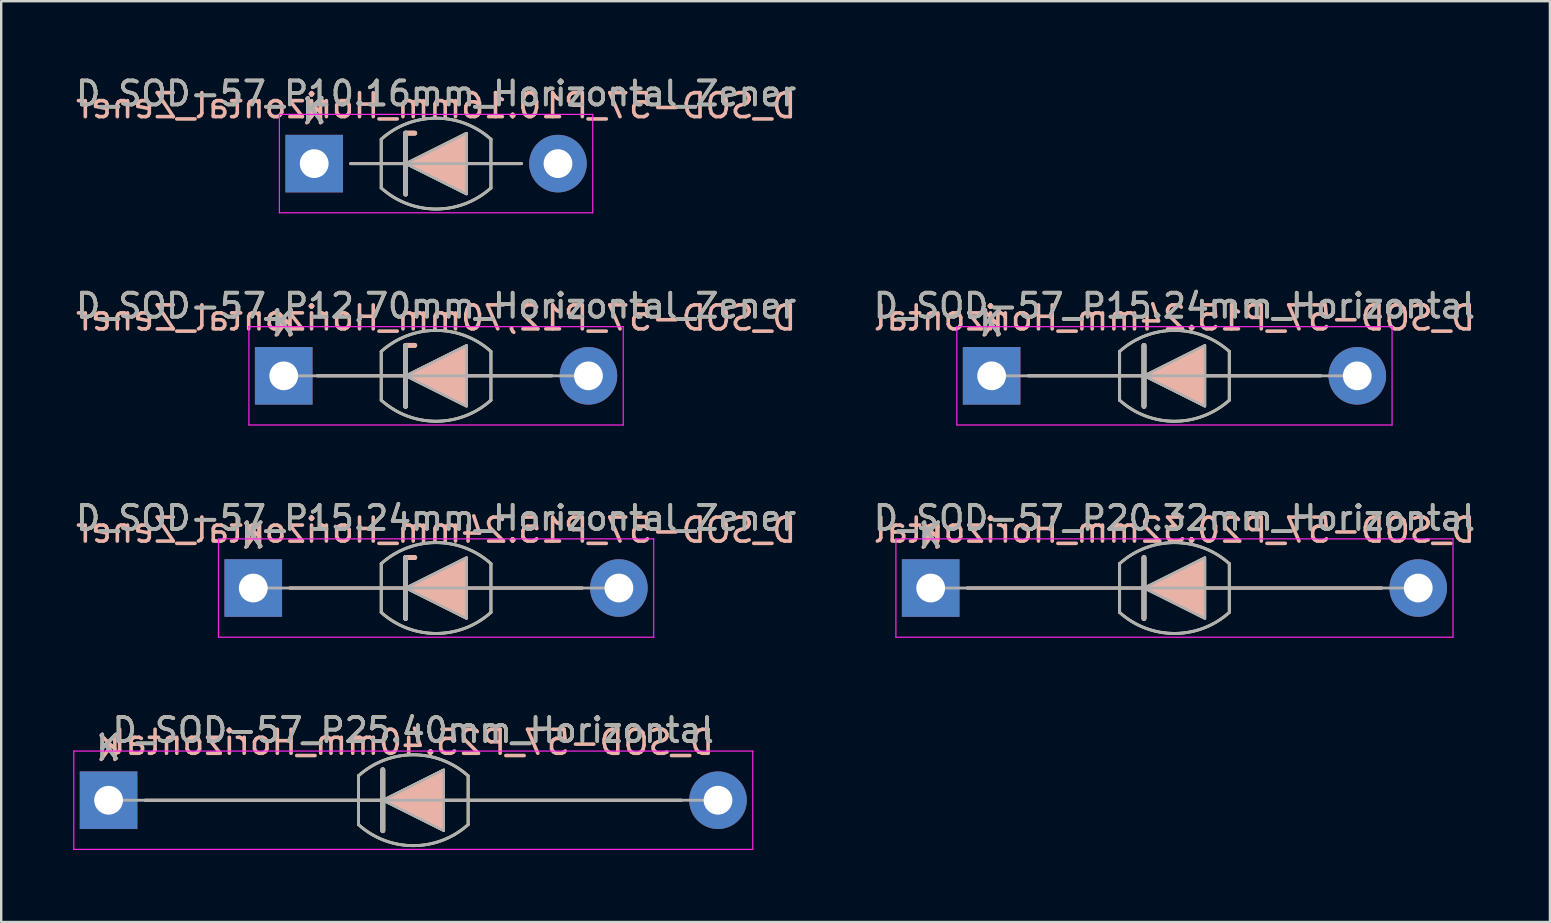
<source format=kicad_pcb>
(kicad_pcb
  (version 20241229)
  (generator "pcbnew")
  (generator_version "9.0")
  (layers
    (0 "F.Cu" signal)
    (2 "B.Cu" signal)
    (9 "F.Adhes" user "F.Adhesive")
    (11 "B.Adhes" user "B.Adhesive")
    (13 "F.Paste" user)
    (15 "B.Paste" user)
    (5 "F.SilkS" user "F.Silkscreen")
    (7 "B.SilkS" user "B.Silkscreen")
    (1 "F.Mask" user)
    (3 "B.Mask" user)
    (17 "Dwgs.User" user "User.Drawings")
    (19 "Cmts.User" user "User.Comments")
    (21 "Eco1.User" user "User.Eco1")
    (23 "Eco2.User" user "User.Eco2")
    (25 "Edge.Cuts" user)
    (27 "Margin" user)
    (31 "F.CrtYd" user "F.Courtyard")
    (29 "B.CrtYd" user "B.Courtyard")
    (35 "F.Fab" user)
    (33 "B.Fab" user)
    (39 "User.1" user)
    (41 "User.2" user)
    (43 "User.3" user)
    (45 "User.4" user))
  (footprint "D_SOD-57_P25.40mm_Horizontal"
    (layer "F.Cu")
    (at 1.475 30.302)
    (property "Reference" "D_SOD-57_P25.40mm_Horizontal" (at 12.7 -2.92 0) (layer "F.SilkS") (effects (font (size 1 1) (thickness 0.15))))
    (fp_line (start 1.524 0) (end 23.876 0) (stroke (width 0.12) (type solid)) (layer "F.SilkS"))
    (fp_line (start 10.414 -1.016) (end 10.414 1.016) (stroke (width 0.12) (type solid)) (layer "F.SilkS"))
    (fp_line (start 11.43 1.27) (end 11.43 -1.27) (stroke (width 0.2) (type solid)) (layer "F.SilkS"))
    (fp_line (start 14.986 -1.016) (end 14.986 1.016) (stroke (width 0.12) (type solid)) (layer "F.SilkS"))
    (fp_arc (start 10.414 -1.016) (mid 12.699999 -1.89322) (end 14.985998 -1.016) (stroke (width 0.12) (type solid)) (layer "F.SilkS"))
    (fp_arc (start 14.986 1.016) (mid 12.700001 1.89322) (end 10.414002 1.016) (stroke (width 0.12) (type solid)) (layer "F.SilkS"))
    (fp_poly (pts (xy 13.97 1.27) (xy 11.43 0) (xy 13.97 -1.27)) (stroke (width 0.1) (type solid)) (fill yes) (layer "F.SilkS"))
    (fp_line (start 1.524 0) (end 23.876 0) (stroke (width 0.12) (type solid)) (layer "B.SilkS"))
    (fp_line (start 11.43 -1.27) (end 11.43 1.27) (stroke (width 0.2) (type solid)) (layer "B.SilkS"))
    (fp_poly (pts (xy 13.97 -1.27) (xy 11.43 0) (xy 13.97 1.27)) (stroke (width 0.1) (type solid)) (fill yes) (layer "B.SilkS"))
    (fp_line (start -1.45 -2.05) (end -1.45 2.05) (stroke (width 0.05) (type solid)) (layer "F.CrtYd"))
    (fp_line (start -1.45 2.05) (end 26.85 2.05) (stroke (width 0.05) (type solid)) (layer "F.CrtYd"))
    (fp_line (start 26.85 -2.05) (end -1.45 -2.05) (stroke (width 0.05) (type solid)) (layer "F.CrtYd"))
    (fp_line (start 26.85 2.05) (end 26.85 -2.05) (stroke (width 0.05) (type solid)) (layer "F.CrtYd"))
    (fp_line (start 0 0) (end 25.4 0) (stroke (width 0.12) (type solid)) (layer "F.Fab"))
    (fp_line (start 10.414 -1.016) (end 10.414 1.016) (stroke (width 0.12) (type solid)) (layer "F.Fab"))
    (fp_line (start 11.43 1.27) (end 11.43 -1.27) (stroke (width 0.2) (type solid)) (layer "F.Fab"))
    (fp_line (start 14.986 -1.016) (end 14.986 1.016) (stroke (width 0.12) (type solid)) (layer "F.Fab"))
    (fp_arc (start 10.414 -1.016) (mid 12.70037 -1.894241) (end 14.987132 -1.017021) (stroke (width 0.12) (type solid)) (layer "F.Fab"))
    (fp_arc (start 14.987134 1.014979) (mid 12.700764 1.89322) (end 10.414002 1.016) (stroke (width 0.12) (type solid)) (layer "F.Fab"))
    (fp_poly (pts (xy 13.97 1.27) (xy 11.43 0) (xy 13.97 -1.27)) (stroke (width 0.1) (type solid)) (fill no) (layer "F.Fab"))
    (fp_text user "K" (at 0 -2.2 0) (layer "F.SilkS") (effects (font (size 1 1) (thickness 0.15))))
    (fp_text user "K" (at 0 -2.159 0) (layer "B.SilkS") (effects (font (size 1 1) (thickness 0.15)) (justify mirror)))
    (fp_text user "${REFERENCE}" (at 12.7 -2.413 0) (layer "B.SilkS") (effects (font (size 1 1) (thickness 0.15)) (justify mirror)))
    (fp_text user "${REFERENCE}" (at 12.7 -2.921 0) (layer "F.Fab") (effects (font (size 1 1) (thickness 0.15))))
    (fp_text user "K" (at 0 -2.2 0) (layer "F.Fab") (effects (font (size 1 1) (thickness 0.15))))
    (pad "1" thru_hole rect (at 0 0) (size 2.4 2.4) (drill 1.2) (layers "*.Cu" "*.Mask"))
    (pad "2" thru_hole oval (at 25.4 0) (size 2.4 2.4) (drill 1.2) (layers "*.Cu" "*.Mask")))
  (footprint "D_SOD-57_P15.24mm_Horizontal"
    (layer "F.Cu")
    (at 38.279 12.614)
    (property "Reference" "D_SOD-57_P15.24mm_Horizontal" (at 7.62 -2.92 0) (layer "F.SilkS") (effects (font (size 1 1) (thickness 0.15))))
    (fp_line (start 1.524 0) (end 13.716 0) (stroke (width 0.12) (type solid)) (layer "F.SilkS"))
    (fp_line (start 5.334 -1.016) (end 5.334 1.016) (stroke (width 0.12) (type solid)) (layer "F.SilkS"))
    (fp_line (start 6.35 1.27) (end 6.35 -1.27) (stroke (width 0.2) (type solid)) (layer "F.SilkS"))
    (fp_line (start 9.906 -1.016) (end 9.906 1.016) (stroke (width 0.12) (type solid)) (layer "F.SilkS"))
    (fp_arc (start 5.334 -1.016) (mid 7.619999 -1.89322) (end 9.905998 -1.016) (stroke (width 0.12) (type solid)) (layer "F.SilkS"))
    (fp_arc (start 9.906 1.016) (mid 7.620001 1.89322) (end 5.334002 1.016) (stroke (width 0.12) (type solid)) (layer "F.SilkS"))
    (fp_poly (pts (xy 8.89 1.27) (xy 6.35 0) (xy 8.89 -1.27)) (stroke (width 0.1) (type solid)) (fill yes) (layer "F.SilkS"))
    (fp_line (start 1.524 0) (end 13.716 0) (stroke (width 0.12) (type solid)) (layer "B.SilkS"))
    (fp_line (start 6.35 -1.27) (end 6.35 1.27) (stroke (width 0.2) (type solid)) (layer "B.SilkS"))
    (fp_poly (pts (xy 8.89 -1.27) (xy 6.35 0) (xy 8.89 1.27)) (stroke (width 0.1) (type solid)) (fill yes) (layer "B.SilkS"))
    (fp_line (start -1.45 -2.05) (end -1.45 2.05) (stroke (width 0.05) (type solid)) (layer "F.CrtYd"))
    (fp_line (start -1.45 2.05) (end 16.69 2.05) (stroke (width 0.05) (type solid)) (layer "F.CrtYd"))
    (fp_line (start 16.69 -2.05) (end -1.45 -2.05) (stroke (width 0.05) (type solid)) (layer "F.CrtYd"))
    (fp_line (start 16.69 2.05) (end 16.69 -2.05) (stroke (width 0.05) (type solid)) (layer "F.CrtYd"))
    (fp_line (start 0 0) (end 15.24 0) (stroke (width 0.12) (type solid)) (layer "F.Fab"))
    (fp_line (start 5.334 -1.016) (end 5.334 1.016) (stroke (width 0.12) (type solid)) (layer "F.Fab"))
    (fp_line (start 6.35 1.27) (end 6.35 -1.27) (stroke (width 0.2) (type solid)) (layer "F.Fab"))
    (fp_line (start 9.906 -1.016) (end 9.906 1.016) (stroke (width 0.12) (type solid)) (layer "F.Fab"))
    (fp_arc (start 5.334 -1.016) (mid 7.62037 -1.894241) (end 9.907132 -1.017021) (stroke (width 0.12) (type solid)) (layer "F.Fab"))
    (fp_arc (start 9.907134 1.014979) (mid 7.620764 1.89322) (end 5.334002 1.016) (stroke (width 0.12) (type solid)) (layer "F.Fab"))
    (fp_poly (pts (xy 8.89 1.27) (xy 6.35 0) (xy 8.89 -1.27)) (stroke (width 0.1) (type solid)) (fill no) (layer "F.Fab"))
    (fp_text user "K" (at 0 -2.2 0) (layer "F.SilkS") (effects (font (size 1 1) (thickness 0.15))))
    (fp_text user "${REFERENCE}" (at 7.62 -2.413 0) (layer "B.SilkS") (effects (font (size 1 1) (thickness 0.15)) (justify mirror)))
    (fp_text user "K" (at 0 -2.159 0) (layer "B.SilkS") (effects (font (size 1 1) (thickness 0.15)) (justify mirror)))
    (fp_text user "K" (at 0 -2.2 0) (layer "F.Fab") (effects (font (size 1 1) (thickness 0.15))))
    (fp_text user "${REFERENCE}" (at 7.62 -2.921 0) (layer "F.Fab") (effects (font (size 1 1) (thickness 0.15))))
    (pad "1" thru_hole rect (at 0 0) (size 2.4 2.4) (drill 1.2) (layers "*.Cu" "*.Mask"))
    (pad "2" thru_hole oval (at 15.24 0) (size 2.4 2.4) (drill 1.2) (layers "*.Cu" "*.Mask")))
  (footprint "D_SOD-57_P12,70mm_Horizontal_Zener"
    (layer "F.Cu")
    (at 8.775 12.614)
    (property "Reference" "D_SOD-57_P12,70mm_Horizontal_Zener" (at 6.35 -2.92 0) (layer "F.SilkS") (effects (font (size 1 1) (thickness 0.15))))
    (fp_line (start 1.397 0) (end 11.176 0) (stroke (width 0.12) (type solid)) (layer "F.SilkS"))
    (fp_line (start 4.064 -1.016) (end 4.064 1.016) (stroke (width 0.12) (type solid)) (layer "F.SilkS"))
    (fp_line (start 5.08 -1.27) (end 5.461 -1.27) (stroke (width 0.2) (type solid)) (layer "F.SilkS"))
    (fp_line (start 5.08 1.27) (end 5.08 -1.27) (stroke (width 0.2) (type solid)) (layer "F.SilkS"))
    (fp_line (start 8.636 -1.016) (end 8.636 1.016) (stroke (width 0.12) (type solid)) (layer "F.SilkS"))
    (fp_arc (start 4.064 -1.016) (mid 6.349999 -1.89322) (end 8.635998 -1.016) (stroke (width 0.12) (type solid)) (layer "F.SilkS"))
    (fp_arc (start 8.636 1.016) (mid 6.350001 1.89322) (end 4.064002 1.016) (stroke (width 0.12) (type solid)) (layer "F.SilkS"))
    (fp_poly (pts (xy 7.62 1.27) (xy 5.08 0) (xy 7.62 -1.27)) (stroke (width 0.1) (type solid)) (fill yes) (layer "F.SilkS"))
    (fp_line (start 1.397 0) (end 11.176 0) (stroke (width 0.12) (type solid)) (layer "B.SilkS"))
    (fp_line (start 5.08 -1.27) (end 5.08 1.27) (stroke (width 0.2) (type solid)) (layer "B.SilkS"))
    (fp_line (start 5.08 -1.27) (end 5.461 -1.27) (stroke (width 0.2) (type solid)) (layer "B.SilkS"))
    (fp_poly (pts (xy 7.62 -1.27) (xy 5.08 0) (xy 7.62 1.27)) (stroke (width 0.1) (type solid)) (fill yes) (layer "B.SilkS"))
    (fp_line (start -1.45 -2.05) (end -1.45 2.05) (stroke (width 0.05) (type solid)) (layer "F.CrtYd"))
    (fp_line (start -1.45 2.05) (end 14.15 2.05) (stroke (width 0.05) (type solid)) (layer "F.CrtYd"))
    (fp_line (start 14.15 -2.05) (end -1.45 -2.05) (stroke (width 0.05) (type solid)) (layer "F.CrtYd"))
    (fp_line (start 14.15 2.05) (end 14.15 -2.05) (stroke (width 0.05) (type solid)) (layer "F.CrtYd"))
    (fp_line (start 0 0) (end 12.7 0) (stroke (width 0.12) (type solid)) (layer "F.Fab"))
    (fp_line (start 4.064 -1.016) (end 4.064 1.016) (stroke (width 0.12) (type solid)) (layer "F.Fab"))
    (fp_line (start 5.08 1.27) (end 5.08 -1.27) (stroke (width 0.2) (type solid)) (layer "F.Fab"))
    (fp_line (start 8.636 -1.016) (end 8.636 1.016) (stroke (width 0.12) (type solid)) (layer "F.Fab"))
    (fp_arc (start 4.064 -1.016) (mid 6.35037 -1.894241) (end 8.637132 -1.017021) (stroke (width 0.12) (type solid)) (layer "F.Fab"))
    (fp_arc (start 8.637134 1.014979) (mid 6.350764 1.89322) (end 4.064002 1.016) (stroke (width 0.12) (type solid)) (layer "F.Fab"))
    (fp_poly (pts (xy 7.62 1.27) (xy 5.08 0) (xy 7.62 -1.27)) (stroke (width 0.1) (type solid)) (fill no) (layer "F.Fab"))
    (fp_text user "K" (at 0 -2.2 0) (layer "F.SilkS") (effects (font (size 1 1) (thickness 0.15))))
    (fp_text user "K" (at 0 -2.159 0) (layer "B.SilkS") (effects (font (size 1 1) (thickness 0.15)) (justify mirror)))
    (fp_text user "${REFERENCE}" (at 6.35 -2.413 0) (layer "B.SilkS") (effects (font (size 1 1) (thickness 0.15)) (justify mirror)))
    (fp_text user "${REFERENCE}" (at 6.35 -2.921 0) (layer "F.Fab") (effects (font (size 1 1) (thickness 0.15))))
    (fp_text user "K" (at 0 -2.2 0) (layer "F.Fab") (effects (font (size 1 1) (thickness 0.15))))
    (pad "1" thru_hole rect (at 0 0) (size 2.4 2.4) (drill 1.2) (layers "*.Cu" "*.Mask"))
    (pad "2" thru_hole oval (at 12.7 0) (size 2.4 2.4) (drill 1.2) (layers "*.Cu" "*.Mask")))
  (footprint "D_SOD-57_P10.16mm_Horizontal_Zener"
    (layer "F.Cu")
    (at 10.045 3.769)
    (property "Reference" "D_SOD-57_P10.16mm_Horizontal_Zener" (at 5.08 -2.92 0) (layer "F.SilkS") (effects (font (size 1 1) (thickness 0.15))))
    (fp_line (start 1.524 0) (end 8.636 0) (stroke (width 0.12) (type solid)) (layer "F.SilkS"))
    (fp_line (start 2.794 -1.016) (end 2.794 1.016) (stroke (width 0.12) (type solid)) (layer "F.SilkS"))
    (fp_line (start 3.81 -1.27) (end 4.191 -1.27) (stroke (width 0.2) (type solid)) (layer "F.SilkS"))
    (fp_line (start 3.81 1.27) (end 3.81 -1.27) (stroke (width 0.2) (type solid)) (layer "F.SilkS"))
    (fp_line (start 7.366 -1.016) (end 7.366 1.016) (stroke (width 0.12) (type solid)) (layer "F.SilkS"))
    (fp_arc (start 2.794 -1.016) (mid 5.079999 -1.89322) (end 7.365998 -1.016) (stroke (width 0.12) (type solid)) (layer "F.SilkS"))
    (fp_arc (start 7.366 1.016) (mid 5.080001 1.89322) (end 2.794002 1.016) (stroke (width 0.12) (type solid)) (layer "F.SilkS"))
    (fp_poly (pts (xy 6.35 1.27) (xy 3.81 0) (xy 6.35 -1.27)) (stroke (width 0.1) (type solid)) (fill yes) (layer "F.SilkS"))
    (fp_line (start 1.524 0) (end 8.636 0) (stroke (width 0.12) (type solid)) (layer "B.SilkS"))
    (fp_line (start 3.81 -1.27) (end 3.81 1.27) (stroke (width 0.2) (type solid)) (layer "B.SilkS"))
    (fp_line (start 3.81 -1.27) (end 4.191 -1.27) (stroke (width 0.2) (type solid)) (layer "B.SilkS"))
    (fp_poly (pts (xy 6.35 -1.27) (xy 3.81 0) (xy 6.35 1.27)) (stroke (width 0.1) (type solid)) (fill yes) (layer "B.SilkS"))
    (fp_line (start -1.45 -2.05) (end -1.45 2.05) (stroke (width 0.05) (type solid)) (layer "F.CrtYd"))
    (fp_line (start -1.45 2.05) (end 11.61 2.05) (stroke (width 0.05) (type solid)) (layer "F.CrtYd"))
    (fp_line (start 11.61 -2.05) (end -1.45 -2.05) (stroke (width 0.05) (type solid)) (layer "F.CrtYd"))
    (fp_line (start 11.61 2.05) (end 11.61 -2.05) (stroke (width 0.05) (type solid)) (layer "F.CrtYd"))
    (fp_line (start 1.524 0) (end 8.636 0) (stroke (width 0.12) (type solid)) (layer "F.Fab"))
    (fp_line (start 2.794 -1.016) (end 2.794 1.016) (stroke (width 0.12) (type solid)) (layer "F.Fab"))
    (fp_line (start 3.81 1.27) (end 3.81 -1.27) (stroke (width 0.2) (type solid)) (layer "F.Fab"))
    (fp_line (start 7.366 -1.016) (end 7.366 1.016) (stroke (width 0.12) (type solid)) (layer "F.Fab"))
    (fp_arc (start 2.794 -1.016) (mid 5.08037 -1.894241) (end 7.367132 -1.017021) (stroke (width 0.12) (type solid)) (layer "F.Fab"))
    (fp_arc (start 7.367134 1.014979) (mid 5.080764 1.89322) (end 2.794002 1.016) (stroke (width 0.12) (type solid)) (layer "F.Fab"))
    (fp_poly (pts (xy 6.35 1.27) (xy 3.81 0) (xy 6.35 -1.27)) (stroke (width 0.1) (type solid)) (fill no) (layer "F.Fab"))
    (fp_text user "K" (at 0 -2.2 0) (layer "F.SilkS") (effects (font (size 1 1) (thickness 0.15))))
    (fp_text user "${REFERENCE}" (at 5.08 -2.413 0) (layer "B.SilkS") (effects (font (size 1 1) (thickness 0.15)) (justify mirror)))
    (fp_text user "K" (at 0 -2.159 0) (layer "B.SilkS") (effects (font (size 1 1) (thickness 0.15)) (justify mirror)))
    (fp_text user "K" (at 0 -2.2 0) (layer "F.Fab") (effects (font (size 1 1) (thickness 0.15))))
    (fp_text user "${REFERENCE}" (at 5.08 -2.921 0) (layer "F.Fab") (effects (font (size 1 1) (thickness 0.15))))
    (pad "1" thru_hole rect (at 0 0) (size 2.4 2.4) (drill 1.2) (layers "*.Cu" "*.Mask"))
    (pad "2" thru_hole oval (at 10.16 0) (size 2.4 2.4) (drill 1.2) (layers "*.Cu" "*.Mask")))
  (footprint "D_SOD-57_P15.24mm_Horizontal_Zener"
    (layer "F.Cu")
    (at 7.505 21.458)
    (property "Reference" "D_SOD-57_P15.24mm_Horizontal_Zener" (at 7.62 -2.92 0) (layer "F.SilkS") (effects (font (size 1 1) (thickness 0.15))))
    (fp_line (start 1.524 0) (end 13.716 0) (stroke (width 0.12) (type solid)) (layer "F.SilkS"))
    (fp_line (start 5.334 -1.016) (end 5.334 1.016) (stroke (width 0.12) (type solid)) (layer "F.SilkS"))
    (fp_line (start 6.35 -1.27) (end 6.731 -1.27) (stroke (width 0.2) (type solid)) (layer "F.SilkS"))
    (fp_line (start 6.35 1.27) (end 6.35 -1.27) (stroke (width 0.2) (type solid)) (layer "F.SilkS"))
    (fp_line (start 9.906 -1.016) (end 9.906 1.016) (stroke (width 0.12) (type solid)) (layer "F.SilkS"))
    (fp_arc (start 5.334 -1.016) (mid 7.619999 -1.89322) (end 9.905998 -1.016) (stroke (width 0.12) (type solid)) (layer "F.SilkS"))
    (fp_arc (start 9.906 1.016) (mid 7.620001 1.89322) (end 5.334002 1.016) (stroke (width 0.12) (type solid)) (layer "F.SilkS"))
    (fp_poly (pts (xy 8.89 1.27) (xy 6.35 0) (xy 8.89 -1.27)) (stroke (width 0.1) (type solid)) (fill yes) (layer "F.SilkS"))
    (fp_line (start 1.524 0) (end 13.716 0) (stroke (width 0.12) (type solid)) (layer "B.SilkS"))
    (fp_line (start 6.35 -1.27) (end 6.35 1.27) (stroke (width 0.2) (type solid)) (layer "B.SilkS"))
    (fp_line (start 6.35 -1.27) (end 6.731 -1.27) (stroke (width 0.2) (type solid)) (layer "B.SilkS"))
    (fp_poly (pts (xy 8.89 -1.27) (xy 6.35 0) (xy 8.89 1.27)) (stroke (width 0.1) (type solid)) (fill yes) (layer "B.SilkS"))
    (fp_line (start -1.45 -2.05) (end -1.45 2.05) (stroke (width 0.05) (type solid)) (layer "F.CrtYd"))
    (fp_line (start -1.45 2.05) (end 16.69 2.05) (stroke (width 0.05) (type solid)) (layer "F.CrtYd"))
    (fp_line (start 16.69 -2.05) (end -1.45 -2.05) (stroke (width 0.05) (type solid)) (layer "F.CrtYd"))
    (fp_line (start 16.69 2.05) (end 16.69 -2.05) (stroke (width 0.05) (type solid)) (layer "F.CrtYd"))
    (fp_line (start 0 0) (end 15.24 0) (stroke (width 0.12) (type solid)) (layer "F.Fab"))
    (fp_line (start 5.334 -1.016) (end 5.334 1.016) (stroke (width 0.12) (type solid)) (layer "F.Fab"))
    (fp_line (start 6.35 1.27) (end 6.35 -1.27) (stroke (width 0.2) (type solid)) (layer "F.Fab"))
    (fp_line (start 9.906 -1.016) (end 9.906 1.016) (stroke (width 0.12) (type solid)) (layer "F.Fab"))
    (fp_arc (start 5.334 -1.016) (mid 7.62037 -1.894241) (end 9.907132 -1.017021) (stroke (width 0.12) (type solid)) (layer "F.Fab"))
    (fp_arc (start 9.907134 1.014979) (mid 7.620764 1.89322) (end 5.334002 1.016) (stroke (width 0.12) (type solid)) (layer "F.Fab"))
    (fp_poly (pts (xy 8.89 1.27) (xy 6.35 0) (xy 8.89 -1.27)) (stroke (width 0.1) (type solid)) (fill no) (layer "F.Fab"))
    (fp_text user "K" (at 0 -2.2 0) (layer "F.SilkS") (effects (font (size 1 1) (thickness 0.15))))
    (fp_text user "${REFERENCE}" (at 7.62 -2.413 0) (layer "B.SilkS") (effects (font (size 1 1) (thickness 0.15)) (justify mirror)))
    (fp_text user "K" (at 0 -2.159 0) (layer "B.SilkS") (effects (font (size 1 1) (thickness 0.15)) (justify mirror)))
    (fp_text user "${REFERENCE}" (at 7.62 -2.921 0) (layer "F.Fab") (effects (font (size 1 1) (thickness 0.15))))
    (fp_text user "K" (at 0 -2.2 0) (layer "F.Fab") (effects (font (size 1 1) (thickness 0.15))))
    (pad "1" thru_hole rect (at 0 0) (size 2.4 2.4) (drill 1.2) (layers "*.Cu" "*.Mask"))
    (pad "2" thru_hole oval (at 15.24 0) (size 2.4 2.4) (drill 1.2) (layers "*.Cu" "*.Mask")))
  (footprint "D_SOD-57_P20.32mm_Horizontal"
    (layer "F.Cu")
    (at 35.739 21.458)
    (property "Reference" "D_SOD-57_P20.32mm_Horizontal" (at 10.16 -2.92 0) (layer "F.SilkS") (effects (font (size 1 1) (thickness 0.15))))
    (fp_line (start 1.524 0) (end 18.796 0) (stroke (width 0.12) (type solid)) (layer "F.SilkS"))
    (fp_line (start 7.874 -1.016) (end 7.874 1.016) (stroke (width 0.12) (type solid)) (layer "F.SilkS"))
    (fp_line (start 8.89 1.27) (end 8.89 -1.27) (stroke (width 0.2) (type solid)) (layer "F.SilkS"))
    (fp_line (start 12.446 -1.016) (end 12.446 1.016) (stroke (width 0.12) (type solid)) (layer "F.SilkS"))
    (fp_arc (start 7.874 -1.016) (mid 10.159999 -1.89322) (end 12.445998 -1.016) (stroke (width 0.12) (type solid)) (layer "F.SilkS"))
    (fp_arc (start 12.446 1.016) (mid 10.160001 1.89322) (end 7.874002 1.016) (stroke (width 0.12) (type solid)) (layer "F.SilkS"))
    (fp_poly (pts (xy 11.43 1.27) (xy 8.89 0) (xy 11.43 -1.27)) (stroke (width 0.1) (type solid)) (fill yes) (layer "F.SilkS"))
    (fp_line (start 1.524 0) (end 18.796 0) (stroke (width 0.12) (type solid)) (layer "B.SilkS"))
    (fp_line (start 8.89 -1.27) (end 8.89 1.27) (stroke (width 0.2) (type solid)) (layer "B.SilkS"))
    (fp_poly (pts (xy 11.43 -1.27) (xy 8.89 0) (xy 11.43 1.27)) (stroke (width 0.1) (type solid)) (fill yes) (layer "B.SilkS"))
    (fp_line (start -1.45 -2.05) (end -1.45 2.05) (stroke (width 0.05) (type solid)) (layer "F.CrtYd"))
    (fp_line (start -1.45 2.05) (end 21.77 2.05) (stroke (width 0.05) (type solid)) (layer "F.CrtYd"))
    (fp_line (start 21.77 -2.05) (end -1.45 -2.05) (stroke (width 0.05) (type solid)) (layer "F.CrtYd"))
    (fp_line (start 21.77 2.05) (end 21.77 -2.05) (stroke (width 0.05) (type solid)) (layer "F.CrtYd"))
    (fp_line (start 0 0) (end 20.32 0) (stroke (width 0.12) (type solid)) (layer "F.Fab"))
    (fp_line (start 7.874 -1.016) (end 7.874 1.016) (stroke (width 0.12) (type solid)) (layer "F.Fab"))
    (fp_line (start 8.89 1.27) (end 8.89 -1.27) (stroke (width 0.2) (type solid)) (layer "F.Fab"))
    (fp_line (start 12.446 -1.016) (end 12.446 1.016) (stroke (width 0.12) (type solid)) (layer "F.Fab"))
    (fp_arc (start 7.874 -1.016) (mid 10.16037 -1.894241) (end 12.447132 -1.017021) (stroke (width 0.12) (type solid)) (layer "F.Fab"))
    (fp_arc (start 12.447134 1.014979) (mid 10.160764 1.89322) (end 7.874002 1.016) (stroke (width 0.12) (type solid)) (layer "F.Fab"))
    (fp_poly (pts (xy 11.43 1.27) (xy 8.89 0) (xy 11.43 -1.27)) (stroke (width 0.1) (type solid)) (fill no) (layer "F.Fab"))
    (fp_text user "K" (at 0 -2.2 0) (layer "F.SilkS") (effects (font (size 1 1) (thickness 0.15))))
    (fp_text user "K" (at 0 -2.159 0) (layer "B.SilkS") (effects (font (size 1 1) (thickness 0.15)) (justify mirror)))
    (fp_text user "${REFERENCE}" (at 10.16 -2.413 0) (layer "B.SilkS") (effects (font (size 1 1) (thickness 0.15)) (justify mirror)))
    (fp_text user "K" (at 0 -2.2 0) (layer "F.Fab") (effects (font (size 1 1) (thickness 0.15))))
    (fp_text user "${REFERENCE}" (at 10.16 -2.921 0) (layer "F.Fab") (effects (font (size 1 1) (thickness 0.15))))
    (pad "1" thru_hole rect (at 0 0) (size 2.4 2.4) (drill 1.2) (layers "*.Cu" "*.Mask"))
    (pad "2" thru_hole oval (at 20.32 0) (size 2.4 2.4) (drill 1.2) (layers "*.Cu" "*.Mask")))
  (gr_rect
    (start -3 -3)
    (end 61.548 35.377)
    (stroke (width 0.1) (type default))
    (fill no)
    (layer "Edge.Cuts")))
</source>
